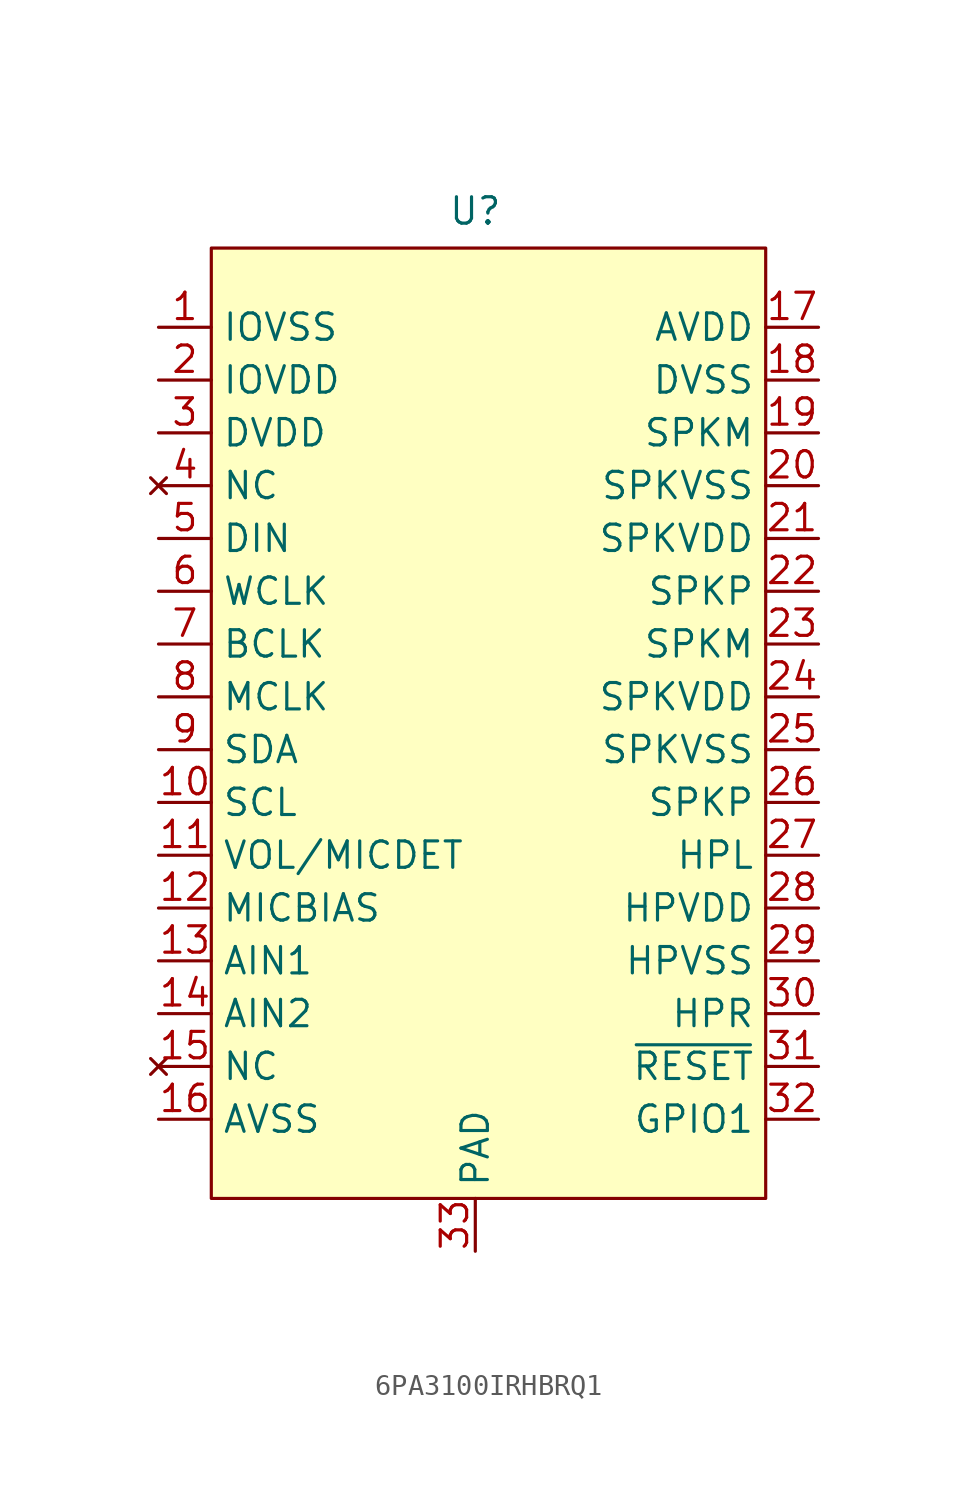
<source format=kicad_sym>
(kicad_symbol_lib
  (version 20241209)
  (generator "kicad_symbol_editor")
  (generator_version "9.0")
  (symbol "6PA3100IRHBRQ1"
    (property "Reference" "U"
      (at 0 24.638 0)
      (effects (font (size 1.27 1.27))))
    (property "Value" ""
      (at 0 0 0)
      (effects (font (size 1.27 1.27))))
    (symbol "6PA3100IRHBRQ1_1_1"
      (rectangle (start -12.7 22.86) (end 13.97 -22.86) (stroke (width 0) (type solid)) (fill (type background)))
      (pin input line (at -15.24 19.05 0) (length 2.54) (name "IOVSS" (effects (font (size 1.27 1.27)))) (number "1" (effects (font (size 1.27 1.27)))))
      (pin input line (at -15.24 16.51 0) (length 2.54) (name "IOVDD" (effects (font (size 1.27 1.27)))) (number "2" (effects (font (size 1.27 1.27)))))
      (pin input line (at -15.24 13.97 0) (length 2.54) (name "DVDD" (effects (font (size 1.27 1.27)))) (number "3" (effects (font (size 1.27 1.27)))))
      (pin no_connect line (at -15.24 11.43 0) (length 2.54) (name "NC" (effects (font (size 1.27 1.27)))) (number "4" (effects (font (size 1.27 1.27)))))
      (pin input line (at -15.24 8.89 0) (length 2.54) (name "DIN" (effects (font (size 1.27 1.27)))) (number "5" (effects (font (size 1.27 1.27)))))
      (pin bidirectional line (at -15.24 6.35 0) (length 2.54) (name "WCLK" (effects (font (size 1.27 1.27)))) (number "6" (effects (font (size 1.27 1.27)))))
      (pin bidirectional line (at -15.24 3.81 0) (length 2.54) (name "BCLK" (effects (font (size 1.27 1.27)))) (number "7" (effects (font (size 1.27 1.27)))))
      (pin input line (at -15.24 1.27 0) (length 2.54) (name "MCLK" (effects (font (size 1.27 1.27)))) (number "8" (effects (font (size 1.27 1.27)))))
      (pin bidirectional line (at -15.24 -1.27 0) (length 2.54) (name "SDA" (effects (font (size 1.27 1.27)))) (number "9" (effects (font (size 1.27 1.27)))))
      (pin bidirectional line (at -15.24 -3.81 0) (length 2.54) (name "SCL" (effects (font (size 1.27 1.27)))) (number "10" (effects (font (size 1.27 1.27)))))
      (pin input line (at -15.24 -6.35 0) (length 2.54) (name "VOL/MICDET" (effects (font (size 1.27 1.27)))) (number "11" (effects (font (size 1.27 1.27)))))
      (pin input line (at -15.24 -8.89 0) (length 2.54) (name "MICBIAS" (effects (font (size 1.27 1.27)))) (number "12" (effects (font (size 1.27 1.27)))))
      (pin input line (at -15.24 -11.43 0) (length 2.54) (name "AIN1" (effects (font (size 1.27 1.27)))) (number "13" (effects (font (size 1.27 1.27)))))
      (pin input line (at -15.24 -13.97 0) (length 2.54) (name "AIN2" (effects (font (size 1.27 1.27)))) (number "14" (effects (font (size 1.27 1.27)))))
      (pin no_connect line (at -15.24 -16.51 0) (length 2.54) (name "NC" (effects (font (size 1.27 1.27)))) (number "15" (effects (font (size 1.27 1.27)))))
      (pin input line (at -15.24 -19.05 0) (length 2.54) (name "AVSS" (effects (font (size 1.27 1.27)))) (number "16" (effects (font (size 1.27 1.27)))))
      (pin input line (at 0 -25.4 90) (length 2.54) (name "PAD" (effects (font (size 1.27 1.27)))) (number "33" (effects (font (size 1.27 1.27)))))
      (pin input line (at 16.51 19.05 180) (length 2.54) (name "AVDD" (effects (font (size 1.27 1.27)))) (number "17" (effects (font (size 1.27 1.27)))))
      (pin input line (at 16.51 16.51 180) (length 2.54) (name "DVSS" (effects (font (size 1.27 1.27)))) (number "18" (effects (font (size 1.27 1.27)))))
      (pin input line (at 16.51 13.97 180) (length 2.54) (name "SPKM" (effects (font (size 1.27 1.27)))) (number "19" (effects (font (size 1.27 1.27)))))
      (pin input line (at 16.51 11.43 180) (length 2.54) (name "SPKVSS" (effects (font (size 1.27 1.27)))) (number "20" (effects (font (size 1.27 1.27)))))
      (pin input line (at 16.51 8.89 180) (length 2.54) (name "SPKVDD" (effects (font (size 1.27 1.27)))) (number "21" (effects (font (size 1.27 1.27)))))
      (pin output line (at 16.51 6.35 180) (length 2.54) (name "SPKP" (effects (font (size 1.27 1.27)))) (number "22" (effects (font (size 1.27 1.27)))))
      (pin output line (at 16.51 3.81 180) (length 2.54) (name "SPKM" (effects (font (size 1.27 1.27)))) (number "23" (effects (font (size 1.27 1.27)))))
      (pin input line (at 16.51 1.27 180) (length 2.54) (name "SPKVDD" (effects (font (size 1.27 1.27)))) (number "24" (effects (font (size 1.27 1.27)))))
      (pin input line (at 16.51 -1.27 180) (length 2.54) (name "SPKVSS" (effects (font (size 1.27 1.27)))) (number "25" (effects (font (size 1.27 1.27)))))
      (pin input line (at 16.51 -3.81 180) (length 2.54) (name "SPKP" (effects (font (size 1.27 1.27)))) (number "26" (effects (font (size 1.27 1.27)))))
      (pin output line (at 16.51 -6.35 180) (length 2.54) (name "HPL" (effects (font (size 1.27 1.27)))) (number "27" (effects (font (size 1.27 1.27)))))
      (pin input line (at 16.51 -8.89 180) (length 2.54) (name "HPVDD" (effects (font (size 1.27 1.27)))) (number "28" (effects (font (size 1.27 1.27)))))
      (pin input line (at 16.51 -11.43 180) (length 2.54) (name "HPVSS" (effects (font (size 1.27 1.27)))) (number "29" (effects (font (size 1.27 1.27)))))
      (pin output line (at 16.51 -13.97 180) (length 2.54) (name "HPR" (effects (font (size 1.27 1.27)))) (number "30" (effects (font (size 1.27 1.27)))))
      (pin input line (at 16.51 -16.51 180) (length 2.54) (name "~{RESET}" (effects (font (size 1.27 1.27)))) (number "31" (effects (font (size 1.27 1.27)))))
      (pin bidirectional line (at 16.51 -19.05 180) (length 2.54) (name "GPIO1" (effects (font (size 1.27 1.27)))) (number "32" (effects (font (size 1.27 1.27))))))))
</source>
